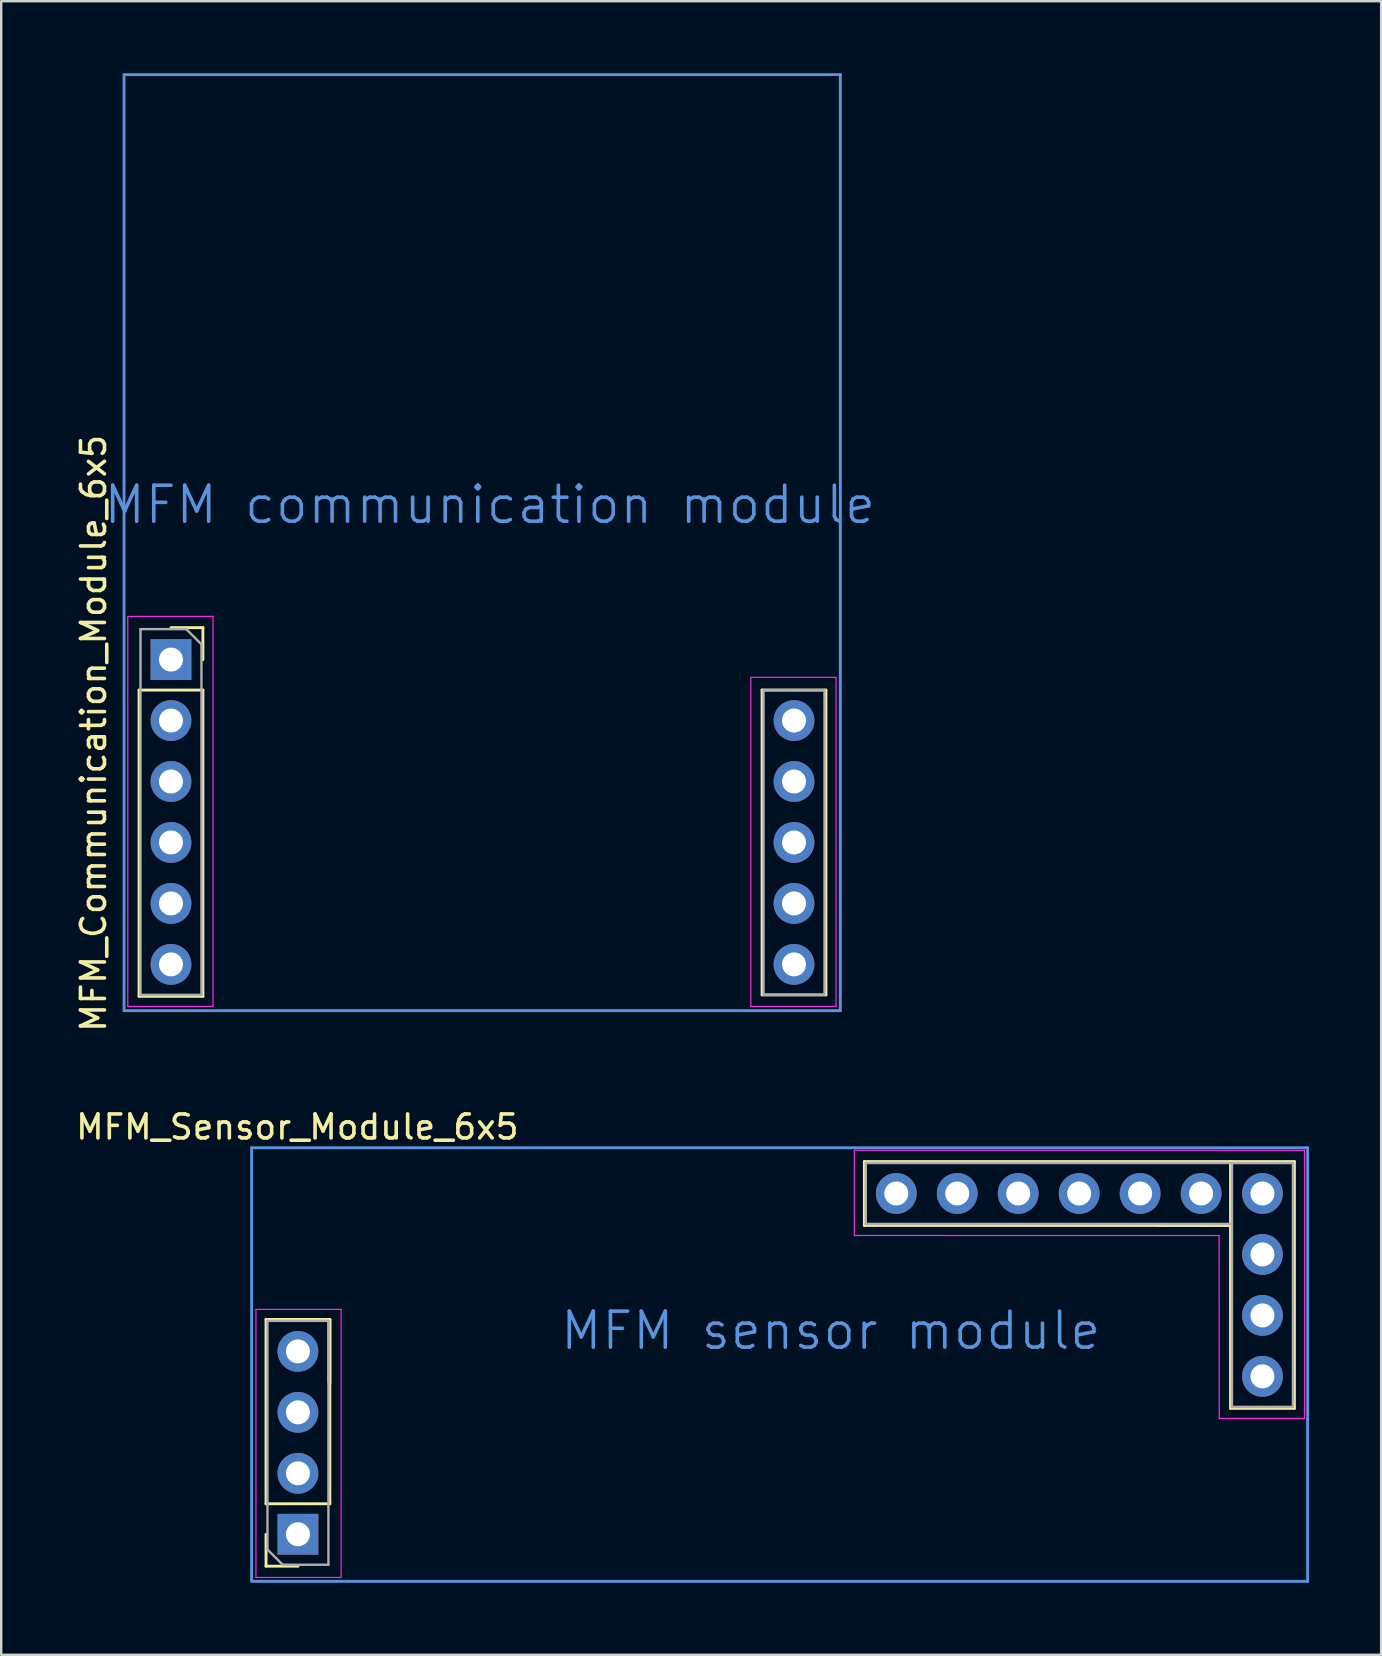
<source format=kicad_pcb>
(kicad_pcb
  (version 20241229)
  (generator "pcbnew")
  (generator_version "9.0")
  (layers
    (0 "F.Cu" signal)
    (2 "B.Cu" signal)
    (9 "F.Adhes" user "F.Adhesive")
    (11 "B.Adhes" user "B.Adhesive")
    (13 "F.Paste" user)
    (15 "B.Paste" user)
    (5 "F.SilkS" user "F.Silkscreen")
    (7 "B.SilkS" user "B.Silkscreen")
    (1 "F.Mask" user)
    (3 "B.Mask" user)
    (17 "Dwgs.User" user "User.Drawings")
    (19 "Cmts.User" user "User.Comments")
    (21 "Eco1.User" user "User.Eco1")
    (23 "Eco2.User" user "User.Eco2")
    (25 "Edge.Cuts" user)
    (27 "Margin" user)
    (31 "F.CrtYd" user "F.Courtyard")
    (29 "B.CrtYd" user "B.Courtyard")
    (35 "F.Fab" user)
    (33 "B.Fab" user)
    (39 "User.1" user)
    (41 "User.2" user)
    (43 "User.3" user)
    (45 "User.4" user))
  (footprint "MFM_Sensor_Module_6x5"
    (layer "F.Cu")
    (at 9.339 46.677)
    (property "Reference" "MFM_Sensor_Module_6x5" (at 0 -2.77 0) (layer "F.SilkS") (effects (font (size 1 1) (thickness 0.15))))
    (attr through_hole)
    (fp_line (start -1.305 12.929) (end -1.305 5.249) (stroke (width 0.12) (type solid)) (layer "F.SilkS"))
    (fp_line (start -1.305 15.529) (end -1.305 14.199) (stroke (width 0.12) (type solid)) (layer "F.SilkS"))
    (fp_line (start 0.025 15.529) (end -1.305 15.529) (stroke (width 0.12) (type solid)) (layer "F.SilkS"))
    (fp_line (start 1.355 5.249) (end -1.305 5.249) (stroke (width 0.12) (type solid)) (layer "F.SilkS"))
    (fp_line (start 1.355 7.909) (end 1.355 5.249) (stroke (width 0.12) (type solid)) (layer "F.SilkS"))
    (fp_line (start 1.355 12.929) (end -1.305 12.929) (stroke (width 0.12) (type solid)) (layer "F.SilkS"))
    (fp_line (start 1.355 12.929) (end 1.355 5.249) (stroke (width 0.12) (type solid)) (layer "F.SilkS"))
    (fp_line (start 23.625 -1.33) (end 23.625 1.33) (stroke (width 0.12) (type solid)) (layer "F.SilkS"))
    (fp_line (start 38.862 1.333) (end 23.625 1.33) (stroke (width 0.12) (type solid)) (layer "F.SilkS"))
    (fp_line (start 38.865 -1.33) (end 23.625 -1.33) (stroke (width 0.12) (type solid)) (layer "F.SilkS"))
    (fp_line (start 38.882 -1.328) (end 38.882 8.952) (stroke (width 0.12) (type solid)) (layer "F.SilkS"))
    (fp_line (start 38.882 -1.328) (end 41.542 -1.328) (stroke (width 0.12) (type solid)) (layer "F.SilkS"))
    (fp_line (start 38.882 8.952) (end 41.542 8.952) (stroke (width 0.12) (type solid)) (layer "F.SilkS"))
    (fp_line (start 41.542 -1.328) (end 41.542 8.952) (stroke (width 0.12) (type solid)) (layer "F.SilkS"))
    (fp_line (start -1.905 -1.905) (end 42.095 -1.905) (stroke (width 0.12) (type solid)) (layer "Cmts.User"))
    (fp_line (start -1.905 16.129) (end -1.905 -1.905) (stroke (width 0.12) (type solid)) (layer "Cmts.User"))
    (fp_line (start 42.095 -1.905) (end 42.095 16.16) (stroke (width 0.12) (type solid)) (layer "Cmts.User"))
    (fp_line (start 42.095 16.16) (end -1.905 16.16) (stroke (width 0.12) (type solid)) (layer "Cmts.User"))
    (fp_line (start -1.725 4.829) (end 1.825 4.829) (stroke (width 0.05) (type solid)) (layer "F.CrtYd"))
    (fp_line (start -1.725 15.999) (end -1.725 4.829) (stroke (width 0.05) (type solid)) (layer "F.CrtYd"))
    (fp_line (start 1.825 4.829) (end 1.825 15.999) (stroke (width 0.05) (type solid)) (layer "F.CrtYd"))
    (fp_line (start 1.825 15.999) (end -1.725 15.999) (stroke (width 0.05) (type solid)) (layer "F.CrtYd"))
    (fp_line (start 23.206 -1.8) (end 38.395 -1.8) (stroke (width 0.05) (type solid)) (layer "F.CrtYd"))
    (fp_line (start 23.206 1.75) (end 23.206 -1.8) (stroke (width 0.05) (type solid)) (layer "F.CrtYd"))
    (fp_line (start 23.206 1.75) (end 38.405 1.753) (stroke (width 0.05) (type solid)) (layer "F.CrtYd"))
    (fp_line (start 38.412 -1.798) (end 41.962 -1.798) (stroke (width 0.05) (type solid)) (layer "F.CrtYd"))
    (fp_line (start 38.412 9.372) (end 38.405 1.753) (stroke (width 0.05) (type solid)) (layer "F.CrtYd"))
    (fp_line (start 41.962 -1.798) (end 41.962 9.372) (stroke (width 0.05) (type solid)) (layer "F.CrtYd"))
    (fp_line (start 41.962 9.372) (end 38.412 9.372) (stroke (width 0.05) (type solid)) (layer "F.CrtYd"))
    (fp_line (start -1.245 5.309) (end 1.295 5.309) (stroke (width 0.1) (type solid)) (layer "F.Fab"))
    (fp_line (start -1.245 14.834) (end -1.245 5.309) (stroke (width 0.1) (type solid)) (layer "F.Fab"))
    (fp_line (start -0.61 15.469) (end -1.245 14.834) (stroke (width 0.1) (type solid)) (layer "F.Fab"))
    (fp_line (start 1.295 5.309) (end 1.295 15.469) (stroke (width 0.1) (type solid)) (layer "F.Fab"))
    (fp_line (start 1.295 7.849) (end 1.295 5.309) (stroke (width 0.1) (type solid)) (layer "F.Fab"))
    (fp_line (start 1.295 15.469) (end -0.61 15.469) (stroke (width 0.1) (type solid)) (layer "F.Fab"))
    (fp_line (start 23.686 -1.27) (end 38.925 -1.27) (stroke (width 0.1) (type solid)) (layer "F.Fab"))
    (fp_line (start 23.686 1.27) (end 23.686 -1.27) (stroke (width 0.1) (type solid)) (layer "F.Fab"))
    (fp_line (start 38.925 1.27) (end 23.686 1.27) (stroke (width 0.1) (type solid)) (layer "F.Fab"))
    (fp_line (start 38.942 -1.268) (end 41.482 -1.268) (stroke (width 0.1) (type solid)) (layer "F.Fab"))
    (fp_line (start 38.942 8.892) (end 38.942 -1.268) (stroke (width 0.1) (type solid)) (layer "F.Fab"))
    (fp_line (start 41.482 -1.268) (end 41.482 8.892) (stroke (width 0.1) (type solid)) (layer "F.Fab"))
    (fp_line (start 41.482 8.892) (end 38.942 8.892) (stroke (width 0.1) (type solid)) (layer "F.Fab"))
    (fp_text user "MFM sensor module" (at 22.225 5.715 0) (layer "Cmts.User") (effects (font (size 1.5 1.5) (thickness 0.15))))
    (pad "1" thru_hole rect (at 0.025 14.199 180) (size 1.7 1.7) (drill 1) (layers "*.Cu" "*.Mask"))
    (pad "2" thru_hole oval (at 0.025 11.659 180) (size 1.7 1.7) (drill 1) (layers "*.Cu" "*.Mask"))
    (pad "3" thru_hole oval (at 0.025 9.119 180) (size 1.7 1.7) (drill 1) (layers "*.Cu" "*.Mask"))
    (pad "4" thru_hole oval (at 0.025 6.579 180) (size 1.7 1.7) (drill 1) (layers "*.Cu" "*.Mask"))
    (pad "5" thru_hole oval (at 24.956 0 270) (size 1.7 1.7) (drill 1) (layers "*.Cu" "*.Mask"))
    (pad "6" thru_hole oval (at 27.495 0 270) (size 1.7 1.7) (drill 1) (layers "*.Cu" "*.Mask"))
    (pad "7" thru_hole oval (at 30.035 0 270) (size 1.7 1.7) (drill 1) (layers "*.Cu" "*.Mask"))
    (pad "8" thru_hole oval (at 32.575 0 270) (size 1.7 1.7) (drill 1) (layers "*.Cu" "*.Mask"))
    (pad "9" thru_hole oval (at 35.115 0 270) (size 1.7 1.7) (drill 1) (layers "*.Cu" "*.Mask"))
    (pad "10" thru_hole circle (at 37.656 0 270) (size 1.7 1.7) (drill 1) (layers "*.Cu" "*.Mask"))
    (pad "11" thru_hole oval (at 40.212 0) (size 1.7 1.7) (drill 1) (layers "*.Cu" "*.Mask"))
    (pad "12" thru_hole oval (at 40.212 2.54) (size 1.7 1.7) (drill 1) (layers "*.Cu" "*.Mask"))
    (pad "13" thru_hole oval (at 40.212 5.08) (size 1.7 1.7) (drill 1) (layers "*.Cu" "*.Mask"))
    (pad "14" thru_hole oval (at 40.212 7.62) (size 1.7 1.7) (drill 1) (layers "*.Cu" "*.Mask")))
  (footprint "MFM_Communication_Module_6x5"
    (layer "F.Cu")
    (at 4.023 23.06)
    (property "Reference" "MFM_Communication_Module_6x5" (at -3.175 4.445 90) (layer "F.SilkS") (effects (font (size 1 1) (thickness 0.15))))
    (attr through_hole)
    (fp_line (start -1.279 2.642) (end -1.279 15.402) (stroke (width 0.12) (type solid)) (layer "F.SilkS"))
    (fp_line (start -1.279 2.642) (end 1.381 2.642) (stroke (width 0.12) (type solid)) (layer "F.SilkS"))
    (fp_line (start -1.279 15.402) (end 1.381 15.402) (stroke (width 0.12) (type solid)) (layer "F.SilkS"))
    (fp_line (start 0.051 0.042) (end 1.381 0.042) (stroke (width 0.12) (type solid)) (layer "F.SilkS"))
    (fp_line (start 1.381 0.042) (end 1.381 1.372) (stroke (width 0.12) (type solid)) (layer "F.SilkS"))
    (fp_line (start 1.381 2.642) (end 1.381 15.402) (stroke (width 0.12) (type solid)) (layer "F.SilkS"))
    (fp_line (start 24.68 2.642) (end 24.68 15.342) (stroke (width 0.12) (type solid)) (layer "F.SilkS"))
    (fp_line (start 24.68 2.642) (end 27.34 2.642) (stroke (width 0.12) (type solid)) (layer "F.SilkS"))
    (fp_line (start 24.68 15.342) (end 27.34 15.342) (stroke (width 0.12) (type solid)) (layer "F.SilkS"))
    (fp_line (start 27.34 2.642) (end 27.34 15.342) (stroke (width 0.12) (type solid)) (layer "F.SilkS"))
    (fp_line (start -1.905 -23) (end 27.94 -23) (stroke (width 0.12) (type solid)) (layer "Cmts.User"))
    (fp_line (start -1.905 16) (end -1.905 -23) (stroke (width 0.12) (type solid)) (layer "Cmts.User"))
    (fp_line (start 27.94 -23) (end 27.94 16) (stroke (width 0.12) (type solid)) (layer "Cmts.User"))
    (fp_line (start 27.94 16) (end -1.905 16) (stroke (width 0.12) (type solid)) (layer "Cmts.User"))
    (fp_line (start -1.749 -0.428) (end 1.801 -0.428) (stroke (width 0.05) (type solid)) (layer "F.CrtYd"))
    (fp_line (start -1.749 15.822) (end -1.749 -0.428) (stroke (width 0.05) (type solid)) (layer "F.CrtYd"))
    (fp_line (start 1.801 -0.428) (end 1.801 15.822) (stroke (width 0.05) (type solid)) (layer "F.CrtYd"))
    (fp_line (start 1.801 15.822) (end -1.749 15.822) (stroke (width 0.05) (type solid)) (layer "F.CrtYd"))
    (fp_line (start 24.21 2.112) (end 27.76 2.112) (stroke (width 0.05) (type solid)) (layer "F.CrtYd"))
    (fp_line (start 24.21 15.822) (end 24.21 2.112) (stroke (width 0.05) (type solid)) (layer "F.CrtYd"))
    (fp_line (start 27.76 2.112) (end 27.76 15.822) (stroke (width 0.05) (type solid)) (layer "F.CrtYd"))
    (fp_line (start 27.76 15.822) (end 24.21 15.822) (stroke (width 0.05) (type solid)) (layer "F.CrtYd"))
    (fp_line (start -1.219 0.102) (end 0.686 0.102) (stroke (width 0.1) (type solid)) (layer "F.Fab"))
    (fp_line (start -1.219 15.342) (end -1.219 0.102) (stroke (width 0.1) (type solid)) (layer "F.Fab"))
    (fp_line (start 0.686 0.102) (end 1.321 0.737) (stroke (width 0.1) (type solid)) (layer "F.Fab"))
    (fp_line (start 1.321 0.737) (end 1.321 15.342) (stroke (width 0.1) (type solid)) (layer "F.Fab"))
    (fp_line (start 1.321 15.342) (end -1.219 15.342) (stroke (width 0.1) (type solid)) (layer "F.Fab"))
    (fp_line (start 24.74 2.642) (end 27.28 2.642) (stroke (width 0.1) (type solid)) (layer "F.Fab"))
    (fp_line (start 24.74 15.342) (end 24.74 2.642) (stroke (width 0.1) (type solid)) (layer "F.Fab"))
    (fp_line (start 27.28 2.642) (end 27.28 15.342) (stroke (width 0.1) (type solid)) (layer "F.Fab"))
    (fp_line (start 27.28 15.342) (end 24.74 15.342) (stroke (width 0.1) (type solid)) (layer "F.Fab"))
    (fp_text user "MFM communication module" (at 13.335 -5.08 0) (layer "Cmts.User") (effects (font (size 1.5 1.5) (thickness 0.15))))
    (pad "1" thru_hole rect (at 0.051 1.372) (size 1.7 1.7) (drill 1) (layers "*.Cu" "*.Mask"))
    (pad "2" thru_hole oval (at 0.051 3.912) (size 1.7 1.7) (drill 1) (layers "*.Cu" "*.Mask"))
    (pad "3" thru_hole oval (at 0.051 6.452) (size 1.7 1.7) (drill 1) (layers "*.Cu" "*.Mask"))
    (pad "4" thru_hole oval (at 0.051 8.992) (size 1.7 1.7) (drill 1) (layers "*.Cu" "*.Mask"))
    (pad "5" thru_hole oval (at 0.051 11.532) (size 1.7 1.7) (drill 1) (layers "*.Cu" "*.Mask"))
    (pad "6" thru_hole oval (at 0.051 14.072) (size 1.7 1.7) (drill 1) (layers "*.Cu" "*.Mask"))
    (pad "7" thru_hole oval (at 26.01 14.072) (size 1.7 1.7) (drill 1) (layers "*.Cu" "*.Mask"))
    (pad "8" thru_hole oval (at 26.01 11.532) (size 1.7 1.7) (drill 1) (layers "*.Cu" "*.Mask"))
    (pad "9" thru_hole oval (at 26.01 8.992) (size 1.7 1.7) (drill 1) (layers "*.Cu" "*.Mask"))
    (pad "10" thru_hole oval (at 26.01 6.452) (size 1.7 1.7) (drill 1) (layers "*.Cu" "*.Mask"))
    (pad "11" thru_hole circle (at 26.01 3.912) (size 1.7 1.7) (drill 1) (layers "*.Cu" "*.Mask")))
  (gr_rect
    (start -3 -3)
    (end 54.494 65.897)
    (stroke (width 0.1) (type default))
    (fill no)
    (layer "Edge.Cuts")))
</source>
